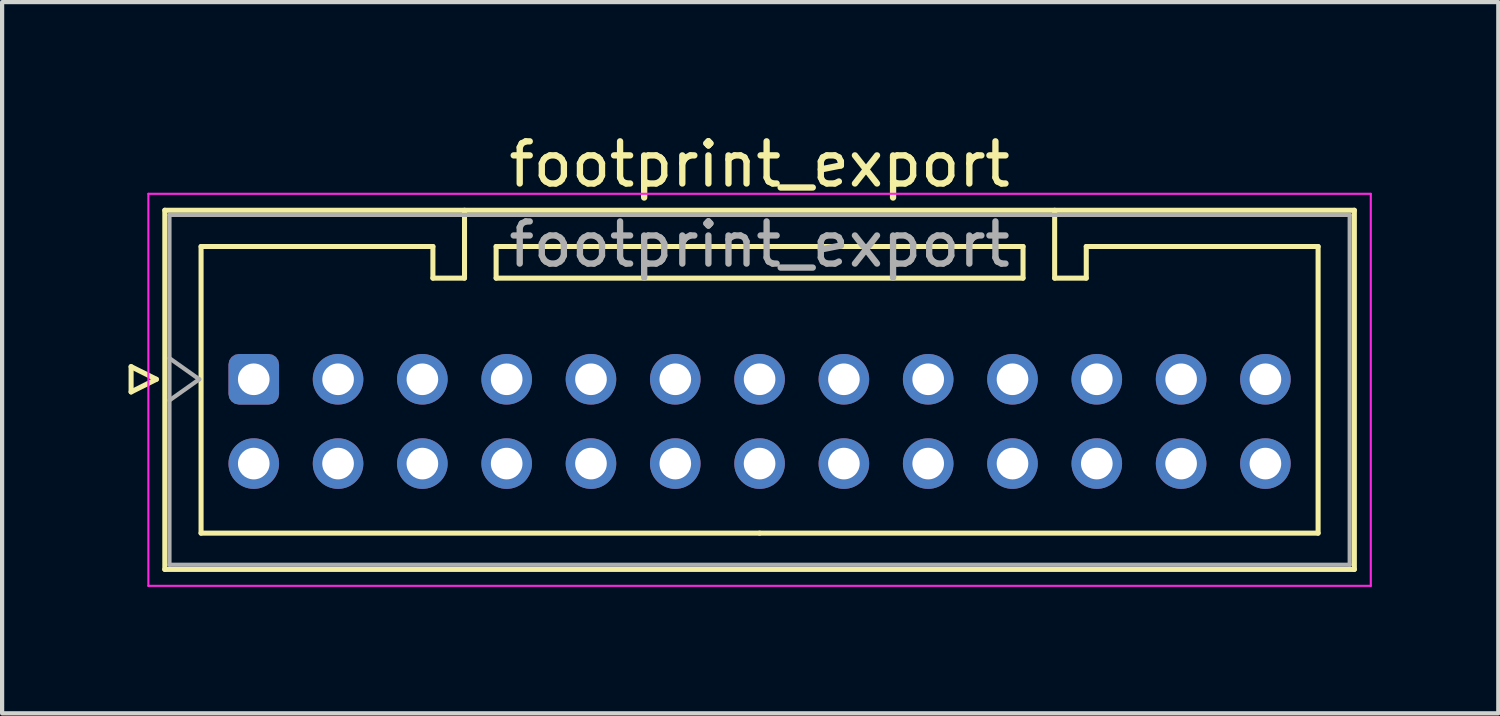
<source format=kicad_pcb>
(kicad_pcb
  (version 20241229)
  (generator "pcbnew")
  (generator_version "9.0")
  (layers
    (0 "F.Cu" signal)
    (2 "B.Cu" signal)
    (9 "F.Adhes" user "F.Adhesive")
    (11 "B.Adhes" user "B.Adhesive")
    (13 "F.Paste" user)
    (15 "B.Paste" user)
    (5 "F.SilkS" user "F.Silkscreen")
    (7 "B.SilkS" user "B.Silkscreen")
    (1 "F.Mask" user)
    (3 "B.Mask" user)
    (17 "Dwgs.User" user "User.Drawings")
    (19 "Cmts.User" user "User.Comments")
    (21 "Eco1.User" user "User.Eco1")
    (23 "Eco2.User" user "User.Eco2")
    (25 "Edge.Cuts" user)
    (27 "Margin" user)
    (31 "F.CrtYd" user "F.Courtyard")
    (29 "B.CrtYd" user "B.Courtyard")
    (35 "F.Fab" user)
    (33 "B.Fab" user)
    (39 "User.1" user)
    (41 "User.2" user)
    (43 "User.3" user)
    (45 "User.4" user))
  (footprint "footprint_export"
    (layer "F.Cu")
    (at 2.97 5.948)
    (property "Reference" "footprint_export" (at 12 -5.1 0) (layer "F.SilkS") (effects (font (size 1 1) (thickness 0.15))))
    (attr through_hole)
    (fp_line (start -2.91 -0.3) (end -2.31 0) (stroke (width 0.12) (type solid)) (layer "F.SilkS"))
    (fp_line (start -2.91 0.3) (end -2.91 -0.3) (stroke (width 0.12) (type solid)) (layer "F.SilkS"))
    (fp_line (start -2.31 0) (end -2.91 0.3) (stroke (width 0.12) (type solid)) (layer "F.SilkS"))
    (fp_line (start -2.11 -4.01) (end -2.11 4.51) (stroke (width 0.12) (type solid)) (layer "F.SilkS"))
    (fp_line (start -2.11 4.51) (end 26.11 4.51) (stroke (width 0.12) (type solid)) (layer "F.SilkS"))
    (fp_line (start -1.25 -3.15) (end -1.25 3.65) (stroke (width 0.12) (type solid)) (layer "F.SilkS"))
    (fp_line (start -1.25 3.65) (end 12 3.65) (stroke (width 0.12) (type solid)) (layer "F.SilkS"))
    (fp_line (start 4.25 -3.15) (end -1.25 -3.15) (stroke (width 0.12) (type solid)) (layer "F.SilkS"))
    (fp_line (start 4.25 -2.4) (end 4.25 -3.15) (stroke (width 0.12) (type solid)) (layer "F.SilkS"))
    (fp_line (start 5 -4.01) (end 5 -2.4) (stroke (width 0.12) (type solid)) (layer "F.SilkS"))
    (fp_line (start 5 -2.4) (end 4.25 -2.4) (stroke (width 0.12) (type solid)) (layer "F.SilkS"))
    (fp_line (start 5.75 -3.15) (end 5.75 -2.4) (stroke (width 0.12) (type solid)) (layer "F.SilkS"))
    (fp_line (start 5.75 -2.4) (end 18.25 -2.4) (stroke (width 0.12) (type solid)) (layer "F.SilkS"))
    (fp_line (start 18.25 -3.15) (end 5.75 -3.15) (stroke (width 0.12) (type solid)) (layer "F.SilkS"))
    (fp_line (start 18.25 -2.4) (end 18.25 -3.15) (stroke (width 0.12) (type solid)) (layer "F.SilkS"))
    (fp_line (start 19 -4.01) (end 19 -2.4) (stroke (width 0.12) (type solid)) (layer "F.SilkS"))
    (fp_line (start 19 -2.4) (end 19.75 -2.4) (stroke (width 0.12) (type solid)) (layer "F.SilkS"))
    (fp_line (start 19.75 -3.15) (end 25.25 -3.15) (stroke (width 0.12) (type solid)) (layer "F.SilkS"))
    (fp_line (start 19.75 -2.4) (end 19.75 -3.15) (stroke (width 0.12) (type solid)) (layer "F.SilkS"))
    (fp_line (start 25.25 -3.15) (end 25.25 3.65) (stroke (width 0.12) (type solid)) (layer "F.SilkS"))
    (fp_line (start 25.25 3.65) (end 12 3.65) (stroke (width 0.12) (type solid)) (layer "F.SilkS"))
    (fp_line (start 26.11 -4.01) (end -2.11 -4.01) (stroke (width 0.12) (type solid)) (layer "F.SilkS"))
    (fp_line (start 26.11 4.51) (end 26.11 -4.01) (stroke (width 0.12) (type solid)) (layer "F.SilkS"))
    (fp_line (start -2.5 -4.4) (end -2.5 4.9) (stroke (width 0.05) (type solid)) (layer "F.CrtYd"))
    (fp_line (start -2.5 4.9) (end 26.5 4.9) (stroke (width 0.05) (type solid)) (layer "F.CrtYd"))
    (fp_line (start 26.5 -4.4) (end -2.5 -4.4) (stroke (width 0.05) (type solid)) (layer "F.CrtYd"))
    (fp_line (start 26.5 4.9) (end 26.5 -4.4) (stroke (width 0.05) (type solid)) (layer "F.CrtYd"))
    (fp_line (start -2 -3.9) (end -2 4.4) (stroke (width 0.1) (type solid)) (layer "F.Fab"))
    (fp_line (start -2 0.5) (end -1.293 0) (stroke (width 0.1) (type solid)) (layer "F.Fab"))
    (fp_line (start -2 4.4) (end 26 4.4) (stroke (width 0.1) (type solid)) (layer "F.Fab"))
    (fp_line (start -1.293 0) (end -2 -0.5) (stroke (width 0.1) (type solid)) (layer "F.Fab"))
    (fp_line (start 26 -3.9) (end -2 -3.9) (stroke (width 0.1) (type solid)) (layer "F.Fab"))
    (fp_line (start 26 4.4) (end 26 -3.9) (stroke (width 0.1) (type solid)) (layer "F.Fab"))
    (fp_text user "${REFERENCE}" (at 12 -3.2 0) (layer "F.Fab") (effects (font (size 1 1) (thickness 0.15))))
    (pad "1" thru_hole roundrect (at 0 0) (size 1.2 1.2) (drill 0.75) (layers "*.Cu" "*.Mask") (roundrect_rratio 0.208))
    (pad "2" thru_hole circle (at 0 2) (size 1.2 1.2) (drill 0.75) (layers "*.Cu" "*.Mask"))
    (pad "3" thru_hole circle (at 2 0) (size 1.2 1.2) (drill 0.75) (layers "*.Cu" "*.Mask"))
    (pad "4" thru_hole circle (at 2 2) (size 1.2 1.2) (drill 0.75) (layers "*.Cu" "*.Mask"))
    (pad "5" thru_hole circle (at 4 0) (size 1.2 1.2) (drill 0.75) (layers "*.Cu" "*.Mask"))
    (pad "6" thru_hole circle (at 4 2) (size 1.2 1.2) (drill 0.75) (layers "*.Cu" "*.Mask"))
    (pad "7" thru_hole circle (at 6 0) (size 1.2 1.2) (drill 0.75) (layers "*.Cu" "*.Mask"))
    (pad "8" thru_hole circle (at 6 2) (size 1.2 1.2) (drill 0.75) (layers "*.Cu" "*.Mask"))
    (pad "9" thru_hole circle (at 8 0) (size 1.2 1.2) (drill 0.75) (layers "*.Cu" "*.Mask"))
    (pad "10" thru_hole circle (at 8 2) (size 1.2 1.2) (drill 0.75) (layers "*.Cu" "*.Mask"))
    (pad "11" thru_hole circle (at 10 0) (size 1.2 1.2) (drill 0.75) (layers "*.Cu" "*.Mask"))
    (pad "12" thru_hole circle (at 10 2) (size 1.2 1.2) (drill 0.75) (layers "*.Cu" "*.Mask"))
    (pad "13" thru_hole circle (at 12 0) (size 1.2 1.2) (drill 0.75) (layers "*.Cu" "*.Mask"))
    (pad "14" thru_hole circle (at 12 2) (size 1.2 1.2) (drill 0.75) (layers "*.Cu" "*.Mask"))
    (pad "15" thru_hole circle (at 14 0) (size 1.2 1.2) (drill 0.75) (layers "*.Cu" "*.Mask"))
    (pad "16" thru_hole circle (at 14 2) (size 1.2 1.2) (drill 0.75) (layers "*.Cu" "*.Mask"))
    (pad "17" thru_hole circle (at 16 0) (size 1.2 1.2) (drill 0.75) (layers "*.Cu" "*.Mask"))
    (pad "18" thru_hole circle (at 16 2) (size 1.2 1.2) (drill 0.75) (layers "*.Cu" "*.Mask"))
    (pad "19" thru_hole circle (at 18 0) (size 1.2 1.2) (drill 0.75) (layers "*.Cu" "*.Mask"))
    (pad "20" thru_hole circle (at 18 2) (size 1.2 1.2) (drill 0.75) (layers "*.Cu" "*.Mask"))
    (pad "21" thru_hole circle (at 20 0) (size 1.2 1.2) (drill 0.75) (layers "*.Cu" "*.Mask"))
    (pad "22" thru_hole circle (at 20 2) (size 1.2 1.2) (drill 0.75) (layers "*.Cu" "*.Mask"))
    (pad "23" thru_hole circle (at 22 0) (size 1.2 1.2) (drill 0.75) (layers "*.Cu" "*.Mask"))
    (pad "24" thru_hole circle (at 22 2) (size 1.2 1.2) (drill 0.75) (layers "*.Cu" "*.Mask"))
    (pad "25" thru_hole circle (at 24 0) (size 1.2 1.2) (drill 0.75) (layers "*.Cu" "*.Mask"))
    (pad "26" thru_hole circle (at 24 2) (size 1.2 1.2) (drill 0.75) (layers "*.Cu" "*.Mask")))
  (gr_rect
    (start -3 -3)
    (end 32.495 13.873)
    (stroke (width 0.1) (type default))
    (fill no)
    (layer "Edge.Cuts")))
</source>
